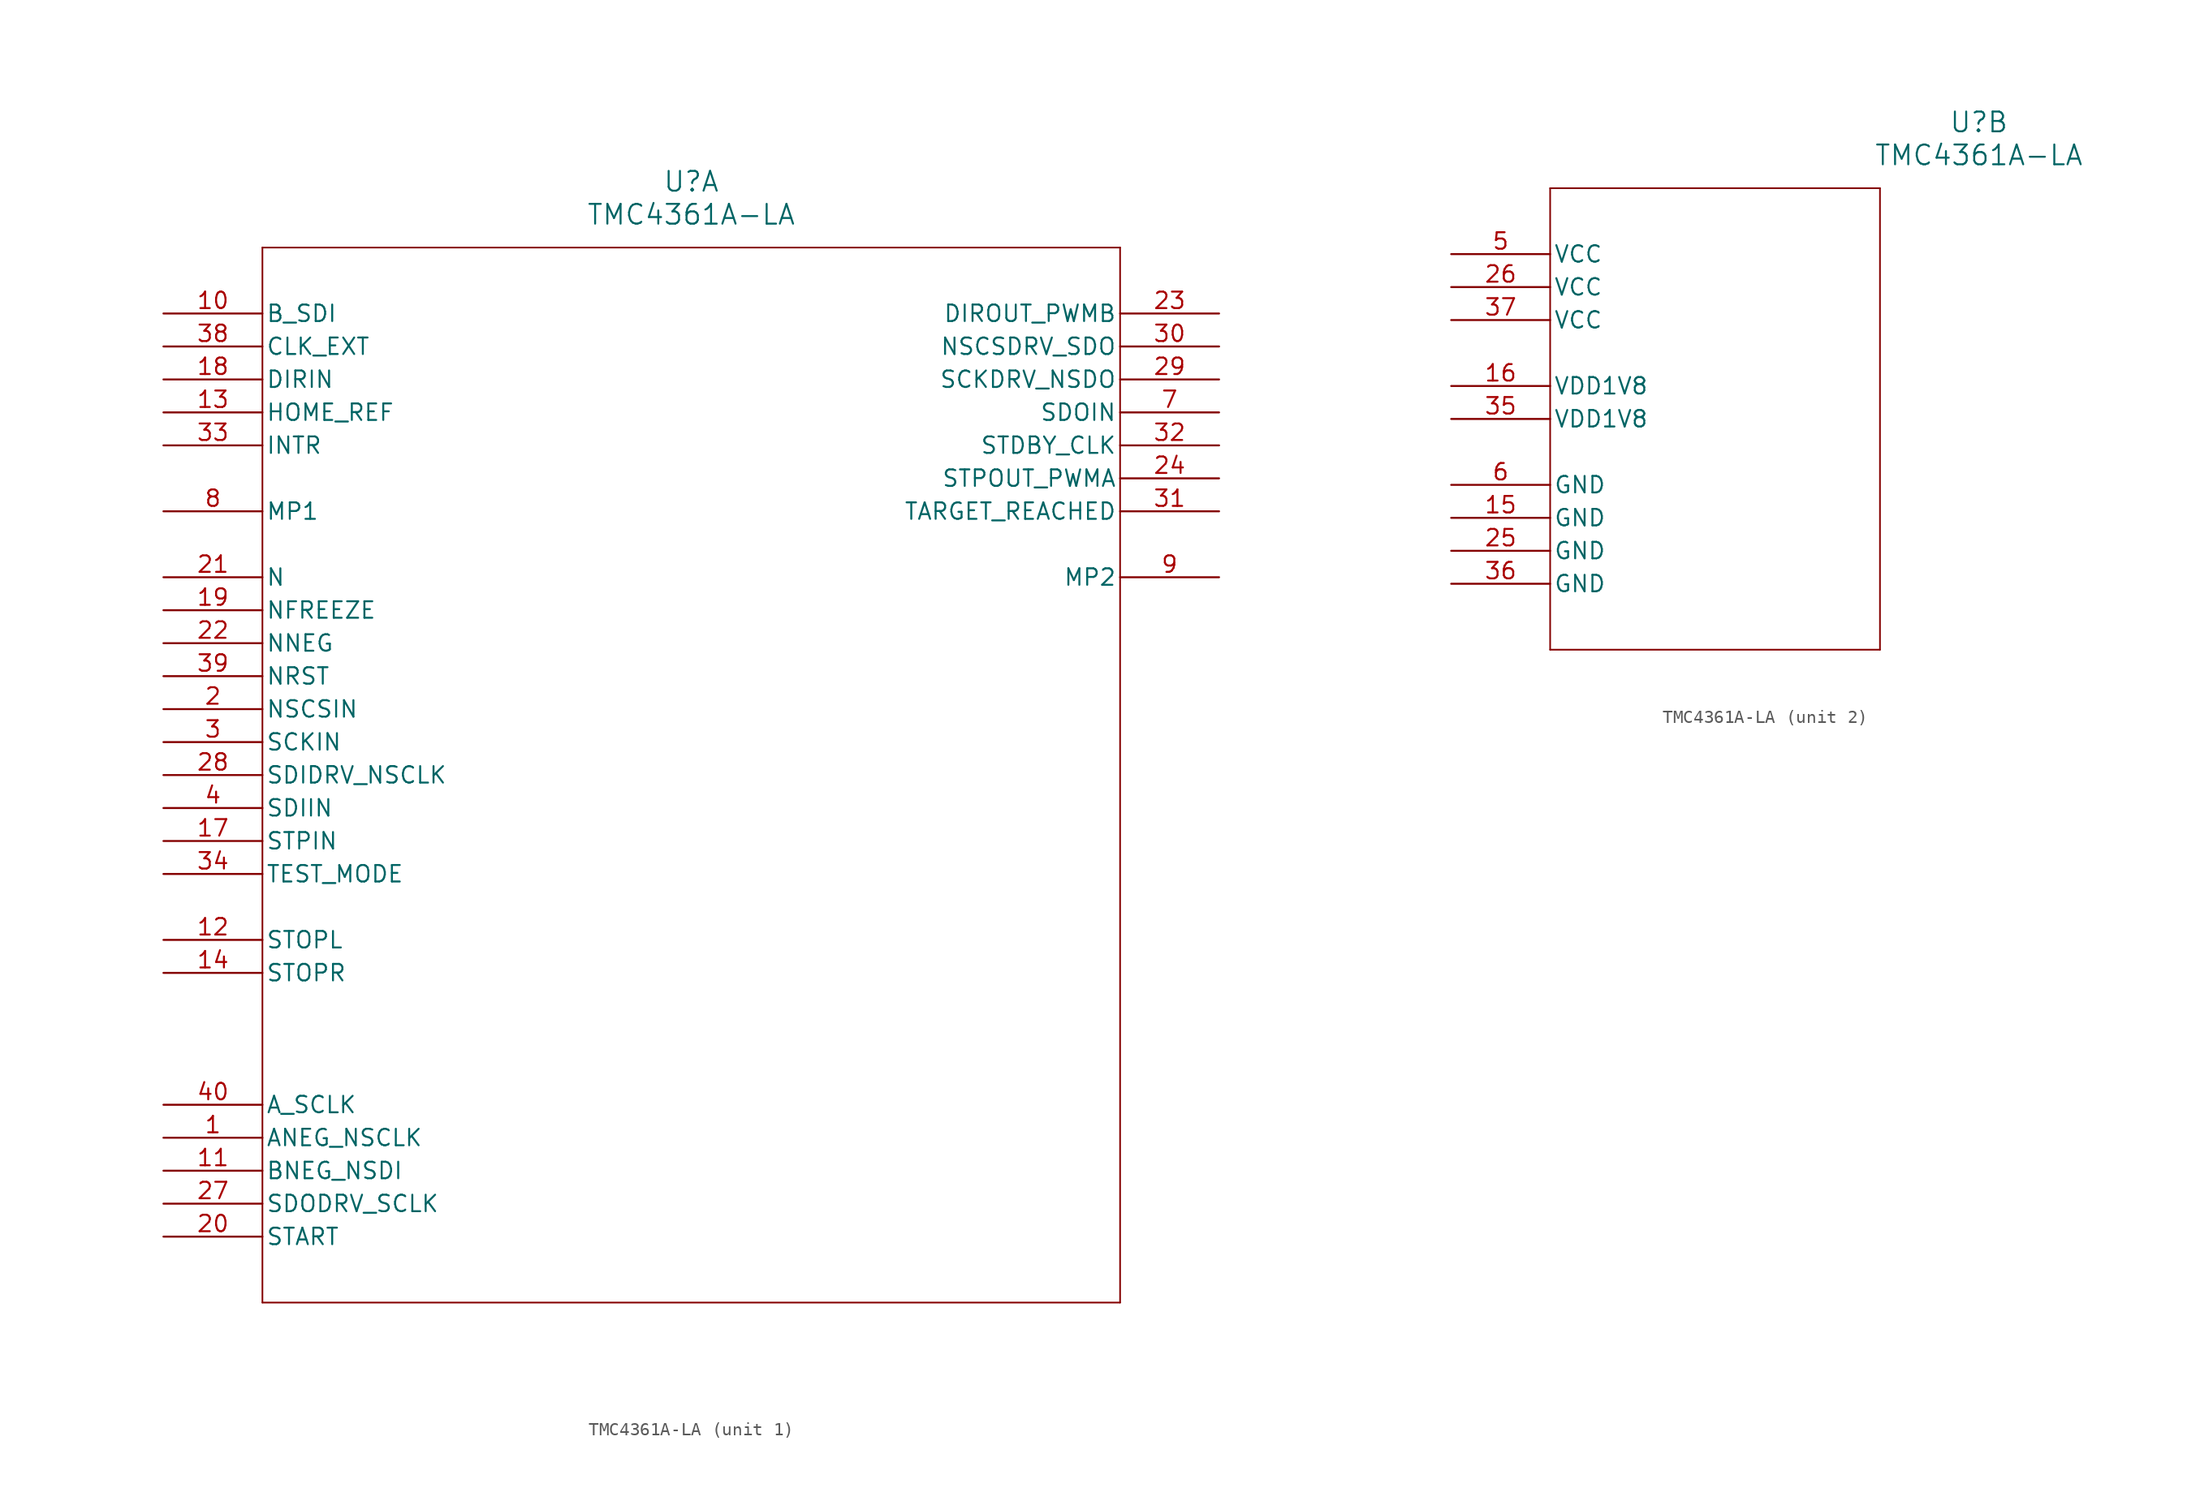
<source format=kicad_sym>
(kicad_symbol_lib
  (version 20211014)
  (generator kicad_symbol_editor)
  (symbol "TMC4361A-LA"
    (pin_names
      (offset 0.254))
    (property "Reference" "U"
      (at 40.64 10.16 0)
      (effects (font (size 1.524 1.524))))
    (property "Value" "TMC4361A-LA"
      (at 40.64 7.62 0)
      (effects (font (size 1.524 1.524))))
    (symbol "TMC4361A-LA_1_1"
      (polyline (pts (xy 7.62 5.08) (xy 7.62 -76.2)) (stroke (width 0.127) (type default) (color 0 0 0 0)) (fill (type none)))
      (polyline (pts (xy 7.62 -76.2) (xy 73.66 -76.2)) (stroke (width 0.127) (type default) (color 0 0 0 0)) (fill (type none)))
      (polyline (pts (xy 73.66 -76.2) (xy 73.66 5.08)) (stroke (width 0.127) (type default) (color 0 0 0 0)) (fill (type none)))
      (polyline (pts (xy 73.66 5.08) (xy 7.62 5.08)) (stroke (width 0.127) (type default) (color 0 0 0 0)) (fill (type none)))
      (pin bidirectional line (at 0 -63.5 0) (length 7.62) (name "ANEG_NSCLK" (effects (font (size 1.27 1.27)))) (number "1" (effects (font (size 1.27 1.27)))))
      (pin input line (at 0 -30.48 0) (length 7.62) (name "NSCSIN" (effects (font (size 1.27 1.27)))) (number "2" (effects (font (size 1.27 1.27)))))
      (pin input line (at 0 -33.02 0) (length 7.62) (name "SCKIN" (effects (font (size 1.27 1.27)))) (number "3" (effects (font (size 1.27 1.27)))))
      (pin input line (at 0 -38.1 0) (length 7.62) (name "SDIIN" (effects (font (size 1.27 1.27)))) (number "4" (effects (font (size 1.27 1.27)))))
      (pin output line (at 81.28 -7.62 180) (length 7.62) (name "SDOIN" (effects (font (size 1.27 1.27)))) (number "7" (effects (font (size 1.27 1.27)))))
      (pin input line (at 0 -15.24 0) (length 7.62) (name "MP1" (effects (font (size 1.27 1.27)))) (number "8" (effects (font (size 1.27 1.27)))))
      (pin bidirectional line (at 81.28 -20.32 180) (length 7.62) (name "MP2" (effects (font (size 1.27 1.27)))) (number "9" (effects (font (size 1.27 1.27)))))
      (pin input line (at 0 0 0) (length 7.62) (name "B_SDI" (effects (font (size 1.27 1.27)))) (number "10" (effects (font (size 1.27 1.27)))))
      (pin bidirectional line (at 0 -66.04 0) (length 7.62) (name "BNEG_NSDI" (effects (font (size 1.27 1.27)))) (number "11" (effects (font (size 1.27 1.27)))))
      (pin input line (at 0 -48.26 0) (length 7.62) (name "STOPL" (effects (font (size 1.27 1.27)))) (number "12" (effects (font (size 1.27 1.27)))))
      (pin input line (at 0 -7.62 0) (length 7.62) (name "HOME_REF" (effects (font (size 1.27 1.27)))) (number "13" (effects (font (size 1.27 1.27)))))
      (pin input line (at 0 -50.8 0) (length 7.62) (name "STOPR" (effects (font (size 1.27 1.27)))) (number "14" (effects (font (size 1.27 1.27)))))
      (pin input line (at 0 -40.64 0) (length 7.62) (name "STPIN" (effects (font (size 1.27 1.27)))) (number "17" (effects (font (size 1.27 1.27)))))
      (pin input line (at 0 -5.08 0) (length 7.62) (name "DIRIN" (effects (font (size 1.27 1.27)))) (number "18" (effects (font (size 1.27 1.27)))))
      (pin input line (at 0 -22.86 0) (length 7.62) (name "NFREEZE" (effects (font (size 1.27 1.27)))) (number "19" (effects (font (size 1.27 1.27)))))
      (pin bidirectional line (at 0 -71.12 0) (length 7.62) (name "START" (effects (font (size 1.27 1.27)))) (number "20" (effects (font (size 1.27 1.27)))))
      (pin input line (at 0 -20.32 0) (length 7.62) (name "N" (effects (font (size 1.27 1.27)))) (number "21" (effects (font (size 1.27 1.27)))))
      (pin input line (at 0 -25.4 0) (length 7.62) (name "NNEG" (effects (font (size 1.27 1.27)))) (number "22" (effects (font (size 1.27 1.27)))))
      (pin output line (at 81.28 0 180) (length 7.62) (name "DIROUT_PWMB" (effects (font (size 1.27 1.27)))) (number "23" (effects (font (size 1.27 1.27)))))
      (pin output line (at 81.28 -12.7 180) (length 7.62) (name "STPOUT_PWMA" (effects (font (size 1.27 1.27)))) (number "24" (effects (font (size 1.27 1.27)))))
      (pin bidirectional line (at 0 -68.58 0) (length 7.62) (name "SDODRV_SCLK" (effects (font (size 1.27 1.27)))) (number "27" (effects (font (size 1.27 1.27)))))
      (pin input line (at 0 -35.56 0) (length 7.62) (name "SDIDRV_NSCLK" (effects (font (size 1.27 1.27)))) (number "28" (effects (font (size 1.27 1.27)))))
      (pin output line (at 81.28 -5.08 180) (length 7.62) (name "SCKDRV_NSDO" (effects (font (size 1.27 1.27)))) (number "29" (effects (font (size 1.27 1.27)))))
      (pin output line (at 81.28 -2.54 180) (length 7.62) (name "NSCSDRV_SDO" (effects (font (size 1.27 1.27)))) (number "30" (effects (font (size 1.27 1.27)))))
      (pin output line (at 81.28 -15.24 180) (length 7.62) (name "TARGET_REACHED" (effects (font (size 1.27 1.27)))) (number "31" (effects (font (size 1.27 1.27)))))
      (pin output line (at 81.28 -10.16 180) (length 7.62) (name "STDBY_CLK" (effects (font (size 1.27 1.27)))) (number "32" (effects (font (size 1.27 1.27)))))
      (pin output line (at 0 -10.16 0) (length 7.62) (name "INTR" (effects (font (size 1.27 1.27)))) (number "33" (effects (font (size 1.27 1.27)))))
      (pin input line (at 0 -43.18 0) (length 7.62) (name "TEST_MODE" (effects (font (size 1.27 1.27)))) (number "34" (effects (font (size 1.27 1.27)))))
      (pin input line (at 0 -2.54 0) (length 7.62) (name "CLK_EXT" (effects (font (size 1.27 1.27)))) (number "38" (effects (font (size 1.27 1.27)))))
      (pin input line (at 0 -27.94 0) (length 7.62) (name "NRST" (effects (font (size 1.27 1.27)))) (number "39" (effects (font (size 1.27 1.27)))))
      (pin bidirectional line (at 0 -60.96 0) (length 7.62) (name "A_SCLK" (effects (font (size 1.27 1.27)))) (number "40" (effects (font (size 1.27 1.27))))))
    (symbol "TMC4361A-LA_2_1"
      (polyline (pts (xy 7.62 5.08) (xy 7.62 -30.48)) (stroke (width 0.127) (type default) (color 0 0 0 0)) (fill (type none)))
      (polyline (pts (xy 7.62 -30.48) (xy 33.02 -30.48)) (stroke (width 0.127) (type default) (color 0 0 0 0)) (fill (type none)))
      (polyline (pts (xy 33.02 -30.48) (xy 33.02 5.08)) (stroke (width 0.127) (type default) (color 0 0 0 0)) (fill (type none)))
      (polyline (pts (xy 33.02 5.08) (xy 7.62 5.08)) (stroke (width 0.127) (type default) (color 0 0 0 0)) (fill (type none)))
      (pin power_in line (at 0 0 0) (length 7.62) (name "VCC" (effects (font (size 1.27 1.27)))) (number "5" (effects (font (size 1.27 1.27)))))
      (pin power_in line (at 0 -17.78 0) (length 7.62) (name "GND" (effects (font (size 1.27 1.27)))) (number "6" (effects (font (size 1.27 1.27)))))
      (pin power_in line (at 0 -20.32 0) (length 7.62) (name "GND" (effects (font (size 1.27 1.27)))) (number "15" (effects (font (size 1.27 1.27)))))
      (pin power_in line (at 0 -10.16 0) (length 7.62) (name "VDD1V8" (effects (font (size 1.27 1.27)))) (number "16" (effects (font (size 1.27 1.27)))))
      (pin power_in line (at 0 -22.86 0) (length 7.62) (name "GND" (effects (font (size 1.27 1.27)))) (number "25" (effects (font (size 1.27 1.27)))))
      (pin power_in line (at 0 -2.54 0) (length 7.62) (name "VCC" (effects (font (size 1.27 1.27)))) (number "26" (effects (font (size 1.27 1.27)))))
      (pin power_in line (at 0 -12.7 0) (length 7.62) (name "VDD1V8" (effects (font (size 1.27 1.27)))) (number "35" (effects (font (size 1.27 1.27)))))
      (pin power_in line (at 0 -25.4 0) (length 7.62) (name "GND" (effects (font (size 1.27 1.27)))) (number "36" (effects (font (size 1.27 1.27)))))
      (pin power_in line (at 0 -5.08 0) (length 7.62) (name "VCC" (effects (font (size 1.27 1.27)))) (number "37" (effects (font (size 1.27 1.27))))))))
</source>
